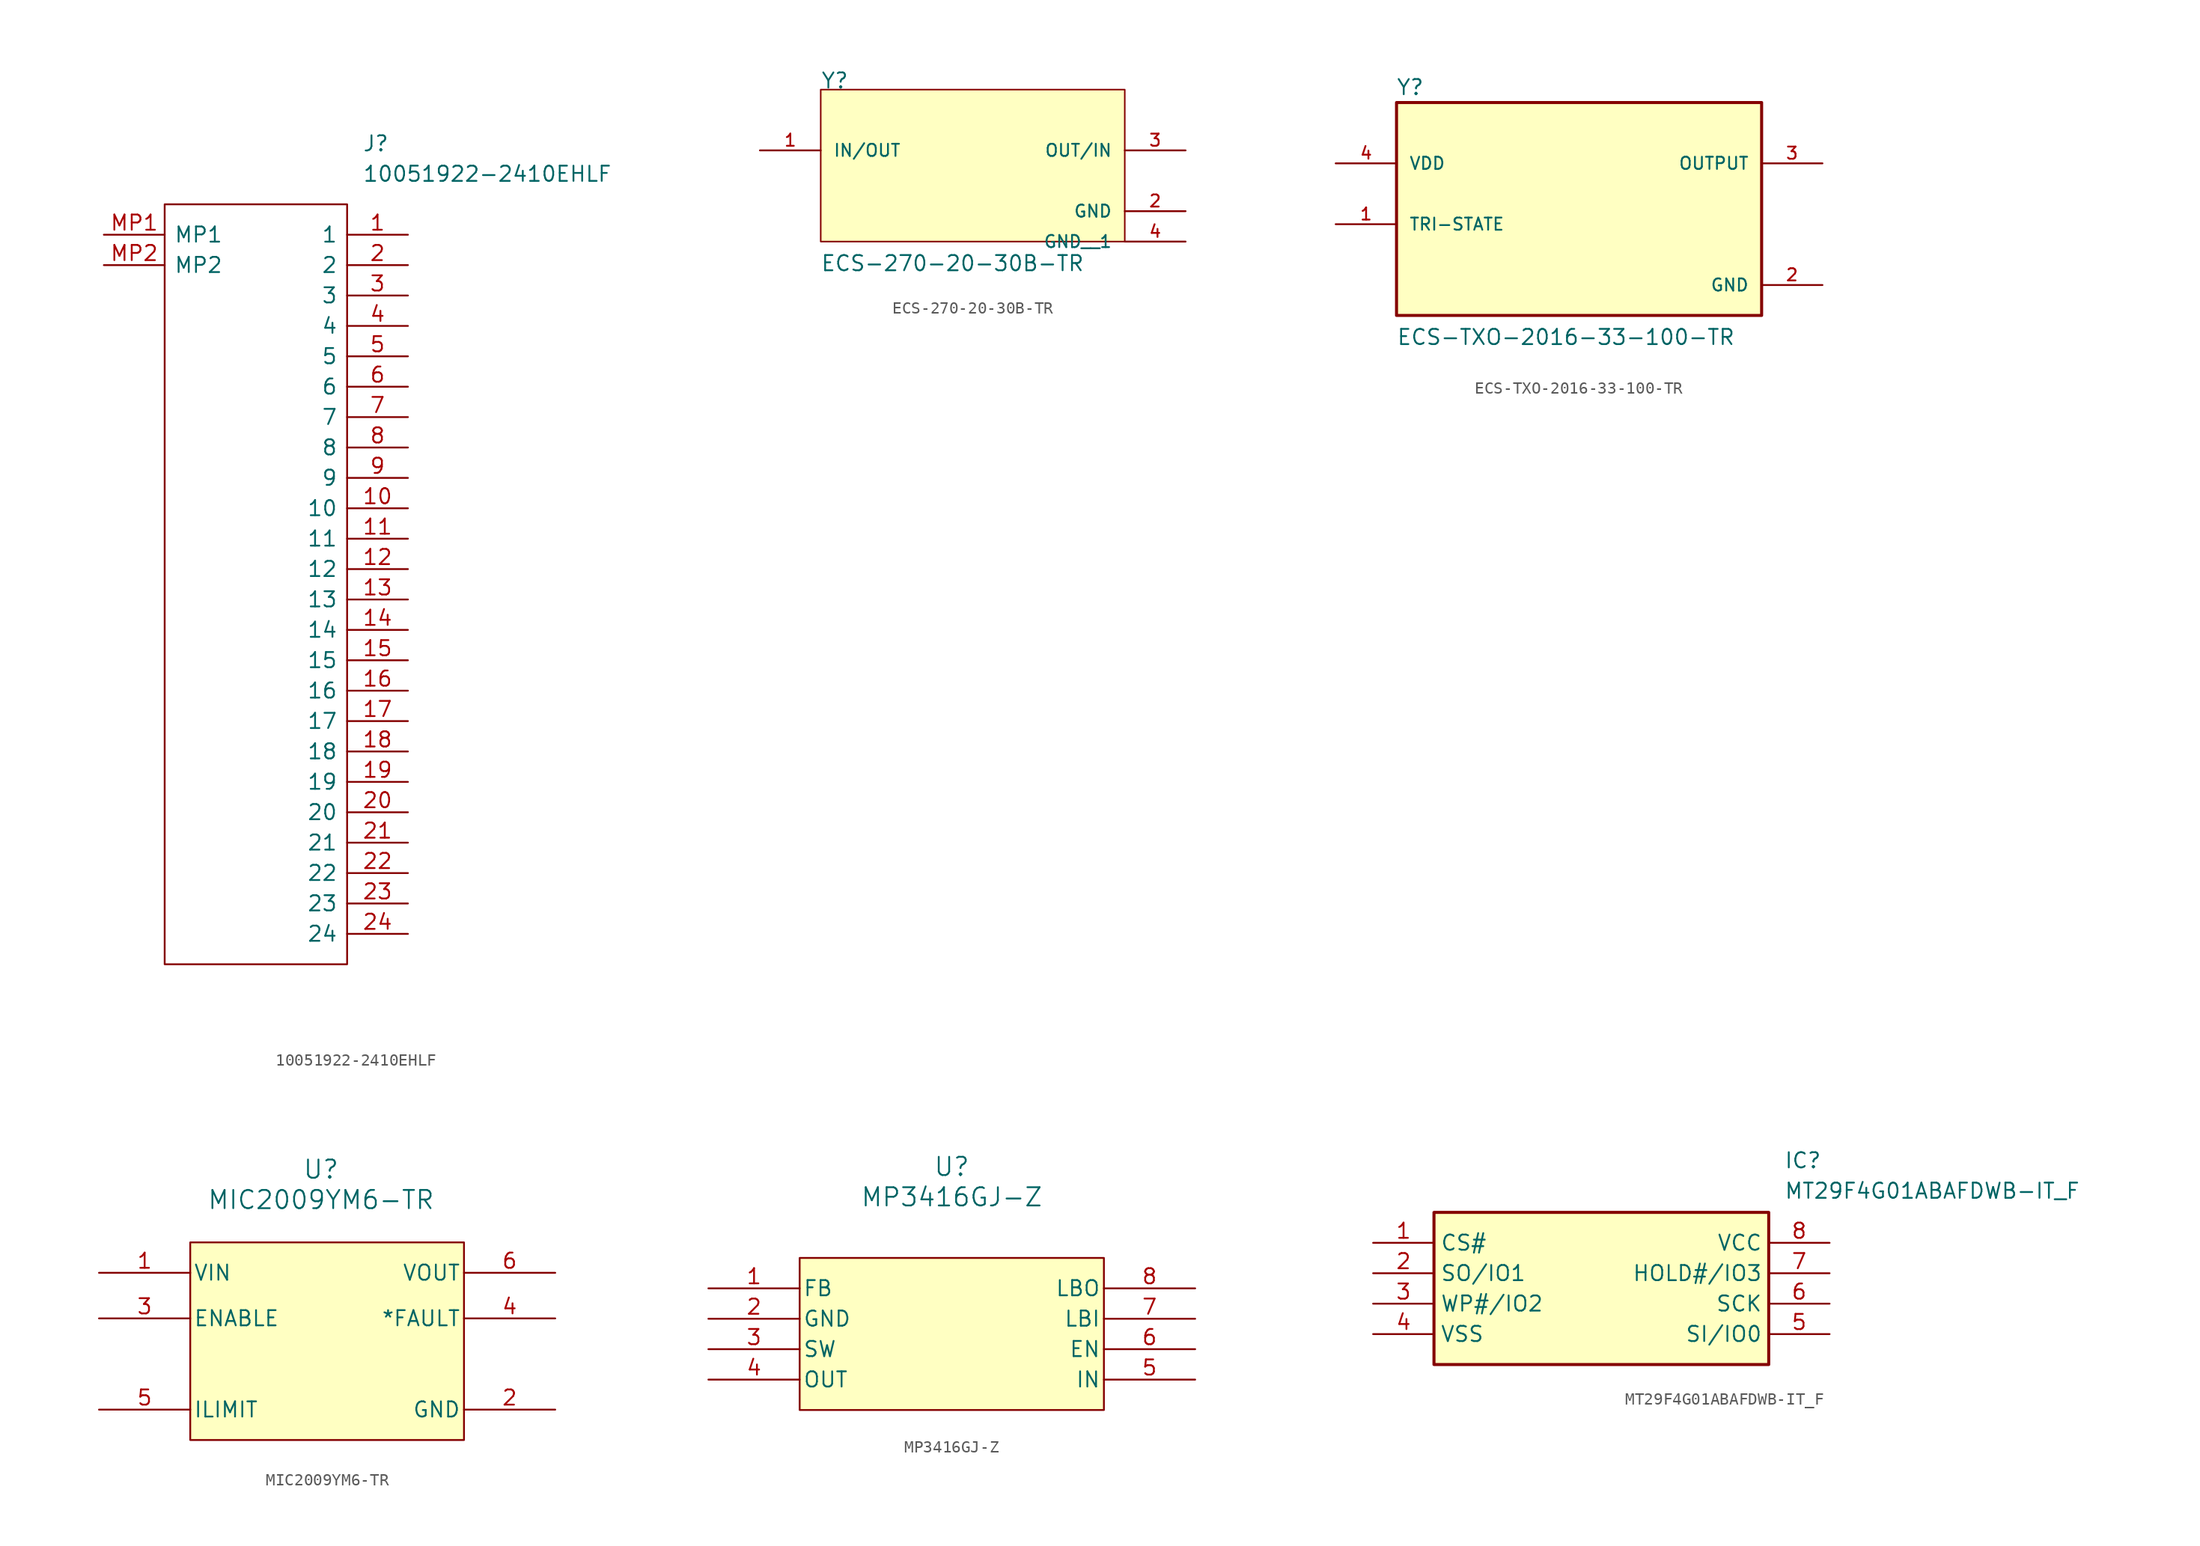
<source format=kicad_sym>
(kicad_symbol_lib
  (version 20231120)
  (generator "kicad_symbol_editor")
  (generator_version "8.0")
  (symbol "10051922-2410EHLF"
    (pin_names
      (offset 0.762))
    (property "Reference" "J"
      (at 21.59 7.62 0)
      (effects (font (size 1.27 1.27)) (justify left)))
    (property "Value" "10051922-2410EHLF"
      (at 21.59 5.08 0)
      (effects (font (size 1.27 1.27)) (justify left)))
    (symbol "10051922-2410EHLF_0_0"
      (pin passive line (at 25.4 0 180) (length 5.08) (name "1" (effects (font (size 1.27 1.27)))) (number "1" (effects (font (size 1.27 1.27)))))
      (pin passive line (at 25.4 -22.86 180) (length 5.08) (name "10" (effects (font (size 1.27 1.27)))) (number "10" (effects (font (size 1.27 1.27)))))
      (pin passive line (at 25.4 -25.4 180) (length 5.08) (name "11" (effects (font (size 1.27 1.27)))) (number "11" (effects (font (size 1.27 1.27)))))
      (pin passive line (at 25.4 -27.94 180) (length 5.08) (name "12" (effects (font (size 1.27 1.27)))) (number "12" (effects (font (size 1.27 1.27)))))
      (pin passive line (at 25.4 -30.48 180) (length 5.08) (name "13" (effects (font (size 1.27 1.27)))) (number "13" (effects (font (size 1.27 1.27)))))
      (pin passive line (at 25.4 -33.02 180) (length 5.08) (name "14" (effects (font (size 1.27 1.27)))) (number "14" (effects (font (size 1.27 1.27)))))
      (pin passive line (at 25.4 -35.56 180) (length 5.08) (name "15" (effects (font (size 1.27 1.27)))) (number "15" (effects (font (size 1.27 1.27)))))
      (pin passive line (at 25.4 -38.1 180) (length 5.08) (name "16" (effects (font (size 1.27 1.27)))) (number "16" (effects (font (size 1.27 1.27)))))
      (pin passive line (at 25.4 -40.64 180) (length 5.08) (name "17" (effects (font (size 1.27 1.27)))) (number "17" (effects (font (size 1.27 1.27)))))
      (pin passive line (at 25.4 -43.18 180) (length 5.08) (name "18" (effects (font (size 1.27 1.27)))) (number "18" (effects (font (size 1.27 1.27)))))
      (pin passive line (at 25.4 -45.72 180) (length 5.08) (name "19" (effects (font (size 1.27 1.27)))) (number "19" (effects (font (size 1.27 1.27)))))
      (pin passive line (at 25.4 -2.54 180) (length 5.08) (name "2" (effects (font (size 1.27 1.27)))) (number "2" (effects (font (size 1.27 1.27)))))
      (pin passive line (at 25.4 -48.26 180) (length 5.08) (name "20" (effects (font (size 1.27 1.27)))) (number "20" (effects (font (size 1.27 1.27)))))
      (pin passive line (at 25.4 -50.8 180) (length 5.08) (name "21" (effects (font (size 1.27 1.27)))) (number "21" (effects (font (size 1.27 1.27)))))
      (pin passive line (at 25.4 -53.34 180) (length 5.08) (name "22" (effects (font (size 1.27 1.27)))) (number "22" (effects (font (size 1.27 1.27)))))
      (pin passive line (at 25.4 -55.88 180) (length 5.08) (name "23" (effects (font (size 1.27 1.27)))) (number "23" (effects (font (size 1.27 1.27)))))
      (pin passive line (at 25.4 -58.42 180) (length 5.08) (name "24" (effects (font (size 1.27 1.27)))) (number "24" (effects (font (size 1.27 1.27)))))
      (pin passive line (at 25.4 -5.08 180) (length 5.08) (name "3" (effects (font (size 1.27 1.27)))) (number "3" (effects (font (size 1.27 1.27)))))
      (pin passive line (at 25.4 -7.62 180) (length 5.08) (name "4" (effects (font (size 1.27 1.27)))) (number "4" (effects (font (size 1.27 1.27)))))
      (pin passive line (at 25.4 -10.16 180) (length 5.08) (name "5" (effects (font (size 1.27 1.27)))) (number "5" (effects (font (size 1.27 1.27)))))
      (pin passive line (at 25.4 -12.7 180) (length 5.08) (name "6" (effects (font (size 1.27 1.27)))) (number "6" (effects (font (size 1.27 1.27)))))
      (pin passive line (at 25.4 -15.24 180) (length 5.08) (name "7" (effects (font (size 1.27 1.27)))) (number "7" (effects (font (size 1.27 1.27)))))
      (pin passive line (at 25.4 -17.78 180) (length 5.08) (name "8" (effects (font (size 1.27 1.27)))) (number "8" (effects (font (size 1.27 1.27)))))
      (pin passive line (at 25.4 -20.32 180) (length 5.08) (name "9" (effects (font (size 1.27 1.27)))) (number "9" (effects (font (size 1.27 1.27)))))
      (pin passive line (at 0 0 0) (length 5.08) (name "MP1" (effects (font (size 1.27 1.27)))) (number "MP1" (effects (font (size 1.27 1.27)))))
      (pin passive line (at 0 -2.54 0) (length 5.08) (name "MP2" (effects (font (size 1.27 1.27)))) (number "MP2" (effects (font (size 1.27 1.27))))))
    (symbol "10051922-2410EHLF_0_1"
      (polyline (pts (xy 5.08 2.54) (xy 20.32 2.54) (xy 20.32 -60.96) (xy 5.08 -60.96) (xy 5.08 2.54)) (stroke (width 0.152) (type solid)) (fill (type none)))))
  (symbol "ECS-270-20-30B-TR"
    (pin_names
      (offset 1.016))
    (property "Reference" "Y"
      (at -12.708 7.625 0)
      (effects (font (size 1.27 1.27)) (justify left bottom)))
    (property "Value" "ECS-270-20-30B-TR"
      (at -12.733 -7.64 0)
      (effects (font (size 1.27 1.27)) (justify left bottom)))
    (symbol "ECS-270-20-30B-TR_0_0"
      (rectangle (start -12.7 -5.08) (end 12.7 7.62) (stroke (width 0.127) (type default)) (fill (type background)))
      (pin bidirectional line (at -17.78 2.54 0) (length 5.08) (name "IN/OUT" (effects (font (size 1.016 1.016)))) (number "1" (effects (font (size 1.016 1.016)))))
      (pin power_in line (at 17.78 -2.54 180) (length 5.08) (name "GND" (effects (font (size 1.016 1.016)))) (number "2" (effects (font (size 1.016 1.016)))))
      (pin bidirectional line (at 17.78 2.54 180) (length 5.08) (name "OUT/IN" (effects (font (size 1.016 1.016)))) (number "3" (effects (font (size 1.016 1.016)))))
      (pin power_in line (at 17.78 -5.08 180) (length 5.08) (name "GND__1" (effects (font (size 1.016 1.016)))) (number "4" (effects (font (size 1.016 1.016)))))))
  (symbol "ECS-TXO-2016-33-100-TR"
    (pin_names
      (offset 1.016))
    (property "Reference" "Y"
      (at -15.284 8.151 0)
      (effects (font (size 1.27 1.27)) (justify left bottom)))
    (property "Value" "ECS-TXO-2016-33-100-TR"
      (at -15.259 -12.716 0)
      (effects (font (size 1.27 1.27)) (justify left bottom)))
    (symbol "ECS-TXO-2016-33-100-TR_0_0"
      (rectangle (start -15.24 -10.16) (end 15.24 7.62) (stroke (width 0.254) (type default)) (fill (type background)))
      (pin input line (at -20.32 -2.54 0) (length 5.08) (name "TRI-STATE" (effects (font (size 1.016 1.016)))) (number "1" (effects (font (size 1.016 1.016)))))
      (pin power_in line (at 20.32 -7.62 180) (length 5.08) (name "GND" (effects (font (size 1.016 1.016)))) (number "2" (effects (font (size 1.016 1.016)))))
      (pin output line (at 20.32 2.54 180) (length 5.08) (name "OUTPUT" (effects (font (size 1.016 1.016)))) (number "3" (effects (font (size 1.016 1.016)))))
      (pin input line (at -20.32 2.54 0) (length 5.08) (name "VDD" (effects (font (size 1.016 1.016)))) (number "4" (effects (font (size 1.016 1.016)))))))
  (symbol "MIC2009YM6-TR"
    (pin_names
      (offset 0.254))
    (property "Reference" "U"
      (at 18.542 9.906 0)
      (effects (font (size 1.524 1.524))))
    (property "Value" "MIC2009YM6-TR"
      (at 18.542 7.366 0)
      (effects (font (size 1.524 1.524))))
    (property "ki_locked" ""
      (at 0 0 0)
      (effects (font (size 1.27 1.27))))
    (symbol "MIC2009YM6-TR_0_1"
      (pin power_in line (at 38.1 -10.16 180) (length 7.62) (name "GND" (effects (font (size 1.27 1.27)))) (number "2" (effects (font (size 1.27 1.27)))))
      (pin input line (at 0 -2.54 0) (length 7.62) (name "ENABLE" (effects (font (size 1.27 1.27)))) (number "3" (effects (font (size 1.27 1.27)))))
      (pin input line (at 0 -10.16 0) (length 7.62) (name "ILIMIT" (effects (font (size 1.27 1.27)))) (number "5" (effects (font (size 1.27 1.27))))))
    (symbol "MIC2009YM6-TR_1_1"
      (rectangle (start 7.62 3.81) (end 30.48 -12.7) (stroke (width 0) (type default)) (fill (type background)))
      (pin power_in line (at 0 1.27 0) (length 7.62) (name "VIN" (effects (font (size 1.27 1.27)))) (number "1" (effects (font (size 1.27 1.27)))))
      (pin open_collector line (at 38.1 -2.54 180) (length 7.62) (name "*FAULT" (effects (font (size 1.27 1.27)))) (number "4" (effects (font (size 1.27 1.27)))))
      (pin power_out line (at 38.1 1.27 180) (length 7.62) (name "VOUT" (effects (font (size 1.27 1.27)))) (number "6" (effects (font (size 1.27 1.27)))))))
  (symbol "MP3416GJ-Z"
    (pin_names
      (offset 0.254))
    (property "Reference" "U"
      (at 20.32 10.16 0)
      (effects (font (size 1.524 1.524))))
    (property "Value" "MP3416GJ-Z"
      (at 20.32 7.62 0)
      (effects (font (size 1.524 1.524))))
    (property "ki_locked" ""
      (at 0 0 0)
      (effects (font (size 1.27 1.27))))
    (symbol "MP3416GJ-Z_0_1"
      (pin input line (at 0 0 0) (length 7.62) (name "FB" (effects (font (size 1.27 1.27)))) (number "1" (effects (font (size 1.27 1.27)))))
      (pin output line (at 0 -5.08 0) (length 7.62) (name "SW" (effects (font (size 1.27 1.27)))) (number "3" (effects (font (size 1.27 1.27)))))
      (pin input line (at 40.64 -5.08 180) (length 7.62) (name "EN" (effects (font (size 1.27 1.27)))) (number "6" (effects (font (size 1.27 1.27)))))
      (pin input line (at 40.64 -2.54 180) (length 7.62) (name "LBI" (effects (font (size 1.27 1.27)))) (number "7" (effects (font (size 1.27 1.27))))))
    (symbol "MP3416GJ-Z_1_1"
      (rectangle (start 7.62 2.54) (end 33.02 -10.16) (stroke (width 0) (type default)) (fill (type background)))
      (pin power_in line (at 0 -2.54 0) (length 7.62) (name "GND" (effects (font (size 1.27 1.27)))) (number "2" (effects (font (size 1.27 1.27)))))
      (pin power_out line (at 0 -7.62 0) (length 7.62) (name "OUT" (effects (font (size 1.27 1.27)))) (number "4" (effects (font (size 1.27 1.27)))))
      (pin power_in line (at 40.64 -7.62 180) (length 7.62) (name "IN" (effects (font (size 1.27 1.27)))) (number "5" (effects (font (size 1.27 1.27)))))
      (pin open_collector line (at 40.64 0 180) (length 7.62) (name "LBO" (effects (font (size 1.27 1.27)))) (number "8" (effects (font (size 1.27 1.27)))))))
  (symbol "MT29F4G01ABAFDWB-IT_F"
    (property "Reference" "IC"
      (at 34.29 7.62 0)
      (effects (font (size 1.27 1.27)) (justify left top)))
    (property "Value" "MT29F4G01ABAFDWB-IT_F"
      (at 34.29 5.08 0)
      (effects (font (size 1.27 1.27)) (justify left top)))
    (symbol "MT29F4G01ABAFDWB-IT_F_1_1"
      (rectangle (start 5.08 2.54) (end 33.02 -10.16) (stroke (width 0.254) (type default)) (fill (type background)))
      (pin input line (at 0 0 0) (length 5.08) (name "CS#" (effects (font (size 1.27 1.27)))) (number "1" (effects (font (size 1.27 1.27)))))
      (pin output line (at 0 -2.54 0) (length 5.08) (name "SO/IO1" (effects (font (size 1.27 1.27)))) (number "2" (effects (font (size 1.27 1.27)))))
      (pin passive line (at 0 -5.08 0) (length 5.08) (name "WP#/IO2" (effects (font (size 1.27 1.27)))) (number "3" (effects (font (size 1.27 1.27)))))
      (pin power_in line (at 0 -7.62 0) (length 5.08) (name "VSS" (effects (font (size 1.27 1.27)))) (number "4" (effects (font (size 1.27 1.27)))))
      (pin input line (at 38.1 -7.62 180) (length 5.08) (name "SI/IO0" (effects (font (size 1.27 1.27)))) (number "5" (effects (font (size 1.27 1.27)))))
      (pin input line (at 38.1 -5.08 180) (length 5.08) (name "SCK" (effects (font (size 1.27 1.27)))) (number "6" (effects (font (size 1.27 1.27)))))
      (pin passive line (at 38.1 -2.54 180) (length 5.08) (name "HOLD#/IO3" (effects (font (size 1.27 1.27)))) (number "7" (effects (font (size 1.27 1.27)))))
      (pin power_in line (at 38.1 0 180) (length 5.08) (name "VCC" (effects (font (size 1.27 1.27)))) (number "8" (effects (font (size 1.27 1.27))))))))
</source>
